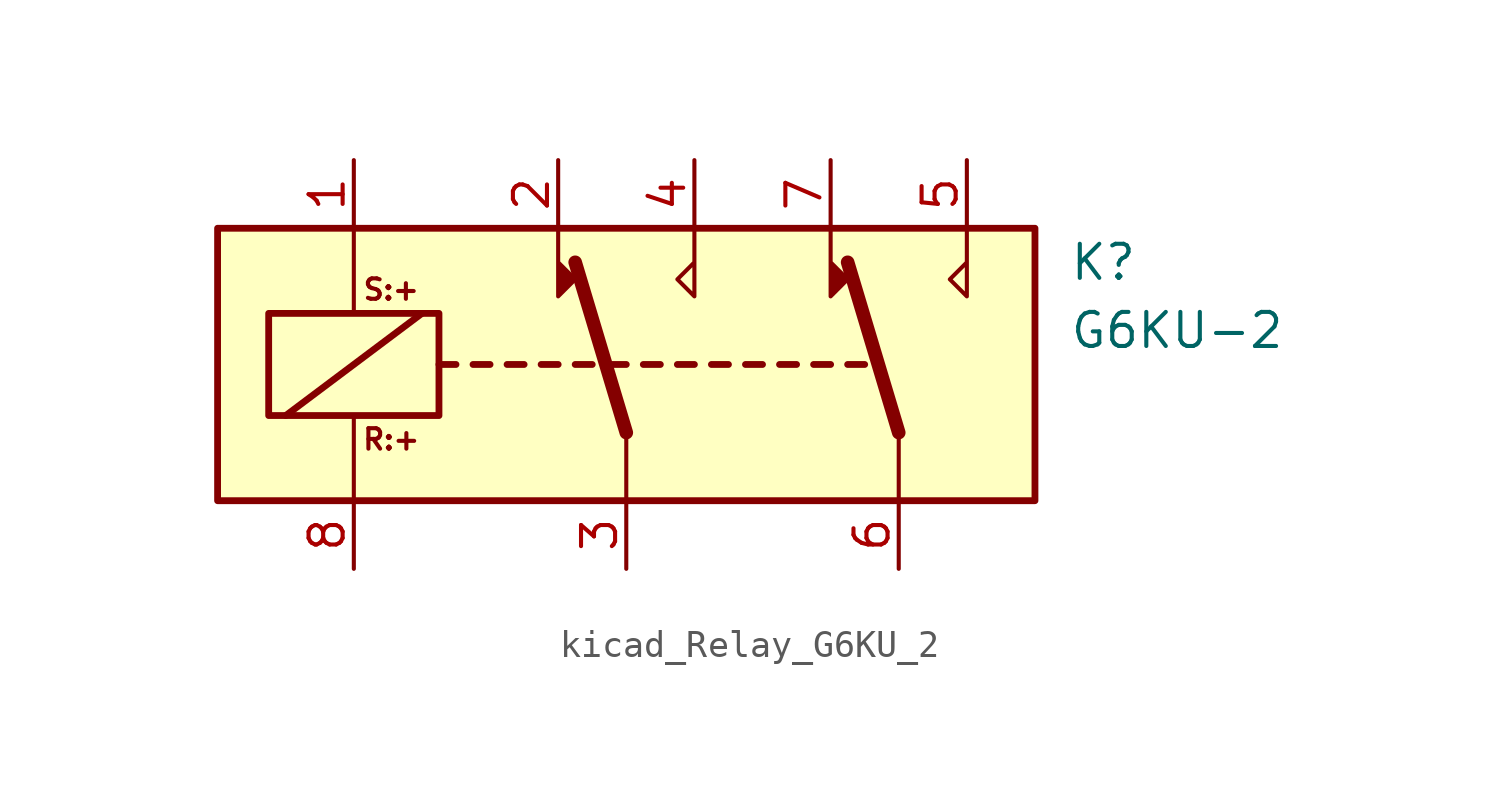
<source format=kicad_sym>
(kicad_symbol_lib
  (version 20220914)
  (generator kicad_symbol_editor)
  (symbol "kicad_Relay_G6KU_2"
    (property "Reference" "K"
      (at 16.51 3.81 0)
      (effects (font (size 1.27 1.27)) (justify left)))
    (property "Value" "G6KU-2"
      (at 16.51 1.27 0)
      (effects (font (size 1.27 1.27)) (justify left)))
    (symbol "kicad_Relay_G6KU_2_0_0"
      (text "R:+" (at -8.763 -2.794 0) (effects (font (size 0.762 0.762))))
      (text "S:+" (at -8.763 2.794 0) (effects (font (size 0.762 0.762)))))
    (symbol "kicad_Relay_G6KU_2_0_1"
      (rectangle (start -15.24 5.08) (end 15.24 -5.08) (stroke (width 0.254) (type default)) (fill (type background)))
      (rectangle (start -13.335 1.905) (end -6.985 -1.905) (stroke (width 0.254) (type default)) (fill (type none)))
      (polyline (pts (xy -12.7 -1.905) (xy -7.62 1.905)) (stroke (width 0.254) (type default)) (fill (type none)))
      (polyline (pts (xy -10.16 -5.08) (xy -10.16 -1.905)) (stroke (width 0) (type default)) (fill (type none)))
      (polyline (pts (xy -10.16 5.08) (xy -10.16 1.905)) (stroke (width 0) (type default)) (fill (type none)))
      (polyline (pts (xy -6.985 0) (xy -6.35 0)) (stroke (width 0.254) (type default)) (fill (type none)))
      (polyline (pts (xy -5.715 0) (xy -5.08 0)) (stroke (width 0.254) (type default)) (fill (type none)))
      (polyline (pts (xy -4.445 0) (xy -3.81 0)) (stroke (width 0.254) (type default)) (fill (type none)))
      (polyline (pts (xy -3.175 0) (xy -2.54 0)) (stroke (width 0.254) (type default)) (fill (type none)))
      (polyline (pts (xy -1.905 0) (xy -1.27 0)) (stroke (width 0.254) (type default)) (fill (type none)))
      (polyline (pts (xy -0.635 0) (xy 0 0)) (stroke (width 0.254) (type default)) (fill (type none)))
      (polyline (pts (xy 0 -2.54) (xy -1.905 3.81)) (stroke (width 0.508) (type default)) (fill (type none)))
      (polyline (pts (xy 0 -2.54) (xy 0 -5.08)) (stroke (width 0) (type default)) (fill (type none)))
      (polyline (pts (xy 0.635 0) (xy 1.27 0)) (stroke (width 0.254) (type default)) (fill (type none)))
      (polyline (pts (xy 1.905 0) (xy 2.54 0)) (stroke (width 0.254) (type default)) (fill (type none)))
      (polyline (pts (xy 3.175 0) (xy 3.81 0)) (stroke (width 0.254) (type default)) (fill (type none)))
      (polyline (pts (xy 4.445 0) (xy 5.08 0)) (stroke (width 0.254) (type default)) (fill (type none)))
      (polyline (pts (xy 5.715 0) (xy 6.35 0)) (stroke (width 0.254) (type default)) (fill (type none)))
      (polyline (pts (xy 6.985 0) (xy 7.62 0)) (stroke (width 0.254) (type default)) (fill (type none)))
      (polyline (pts (xy 8.255 0) (xy 8.89 0)) (stroke (width 0.254) (type default)) (fill (type none)))
      (polyline (pts (xy 10.16 -2.54) (xy 8.255 3.81)) (stroke (width 0.508) (type default)) (fill (type none)))
      (polyline (pts (xy 10.16 -2.54) (xy 10.16 -5.08)) (stroke (width 0) (type default)) (fill (type none)))
      (polyline (pts (xy -2.54 5.08) (xy -2.54 2.54) (xy -1.905 3.175) (xy -2.54 3.81)) (stroke (width 0) (type default)) (fill (type outline)))
      (polyline (pts (xy 2.54 5.08) (xy 2.54 2.54) (xy 1.905 3.175) (xy 2.54 3.81)) (stroke (width 0) (type default)) (fill (type none)))
      (polyline (pts (xy 7.62 5.08) (xy 7.62 2.54) (xy 8.255 3.175) (xy 7.62 3.81)) (stroke (width 0) (type default)) (fill (type outline)))
      (polyline (pts (xy 12.7 5.08) (xy 12.7 2.54) (xy 12.065 3.175) (xy 12.7 3.81)) (stroke (width 0) (type default)) (fill (type none))))
    (symbol "kicad_Relay_G6KU_2_1_1"
      (pin passive line (at -10.16 7.62 270) (length 2.54) (name "~" (effects (font (size 1.27 1.27)))) (number "1" (effects (font (size 1.27 1.27)))))
      (pin passive line (at -2.54 7.62 270) (length 2.54) (name "~" (effects (font (size 1.27 1.27)))) (number "2" (effects (font (size 1.27 1.27)))))
      (pin passive line (at 0 -7.62 90) (length 2.54) (name "~" (effects (font (size 1.27 1.27)))) (number "3" (effects (font (size 1.27 1.27)))))
      (pin passive line (at 2.54 7.62 270) (length 2.54) (name "~" (effects (font (size 1.27 1.27)))) (number "4" (effects (font (size 1.27 1.27)))))
      (pin passive line (at 12.7 7.62 270) (length 2.54) (name "~" (effects (font (size 1.27 1.27)))) (number "5" (effects (font (size 1.27 1.27)))))
      (pin passive line (at 10.16 -7.62 90) (length 2.54) (name "~" (effects (font (size 1.27 1.27)))) (number "6" (effects (font (size 1.27 1.27)))))
      (pin passive line (at 7.62 7.62 270) (length 2.54) (name "~" (effects (font (size 1.27 1.27)))) (number "7" (effects (font (size 1.27 1.27)))))
      (pin passive line (at -10.16 -7.62 90) (length 2.54) (name "~" (effects (font (size 1.27 1.27)))) (number "8" (effects (font (size 1.27 1.27))))))))
</source>
